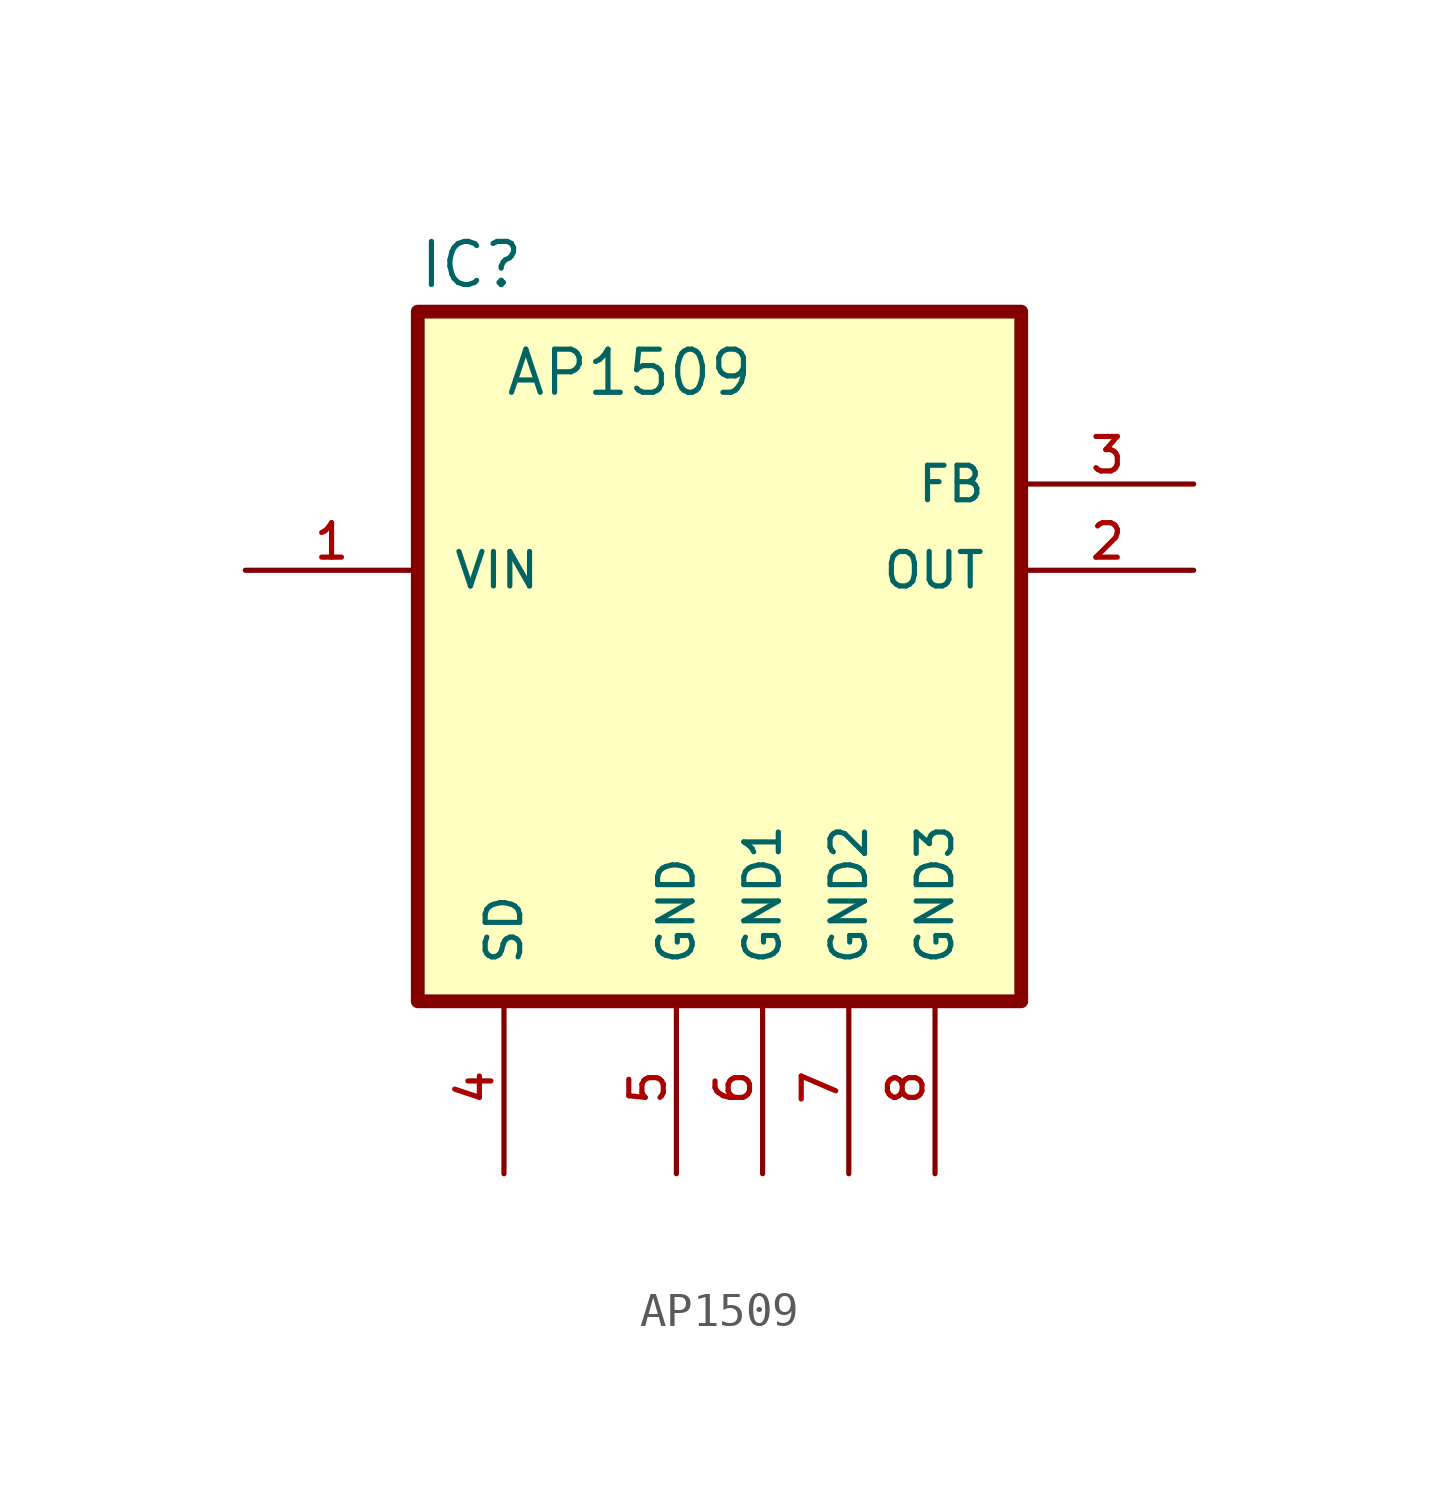
<source format=kicad_sym>
(kicad_symbol_lib
  (version 20211014)
  (generator kicad_symbol_editor)
  (symbol "AP1509"
    (pin_names
      (offset 1.016))
    (property "Reference" "IC"
      (at -10.16 10.795 0)
      (effects (font (size 1.27 1.27)) (justify left bottom)))
    (property "Value" "AP1509"
      (at -7.62 7.62 0)
      (effects (font (size 1.27 1.27)) (justify left bottom)))
    (symbol "AP1509_0_0"
      (rectangle (start -10.16 -10.16) (end 7.62 10.16) (stroke (width 0.406) (type default) (color 0 0 0 0)) (fill (type background)))
      (pin input line (at -15.24 2.54 0) (length 5.08) (name "VIN" (effects (font (size 1.016 1.016)))) (number "1" (effects (font (size 1.016 1.016)))))
      (pin output line (at 12.7 2.54 180) (length 5.08) (name "OUT" (effects (font (size 1.016 1.016)))) (number "2" (effects (font (size 1.016 1.016)))))
      (pin output line (at 12.7 5.08 180) (length 5.08) (name "FB" (effects (font (size 1.016 1.016)))) (number "3" (effects (font (size 1.016 1.016)))))
      (pin input line (at -7.62 -15.24 90) (length 5.08) (name "SD" (effects (font (size 1.016 1.016)))) (number "4" (effects (font (size 1.016 1.016)))))
      (pin power_in line (at -2.54 -15.24 90) (length 5.08) (name "GND" (effects (font (size 1.016 1.016)))) (number "5" (effects (font (size 1.016 1.016)))))
      (pin input line (at 0 -15.24 90) (length 5.08) (name "GND1" (effects (font (size 1.016 1.016)))) (number "6" (effects (font (size 1.016 1.016)))))
      (pin passive line (at 2.54 -15.24 90) (length 5.08) (name "GND2" (effects (font (size 1.016 1.016)))) (number "7" (effects (font (size 1.016 1.016)))))
      (pin power_in line (at 5.08 -15.24 90) (length 5.08) (name "GND3" (effects (font (size 1.016 1.016)))) (number "8" (effects (font (size 1.016 1.016))))))))
</source>
